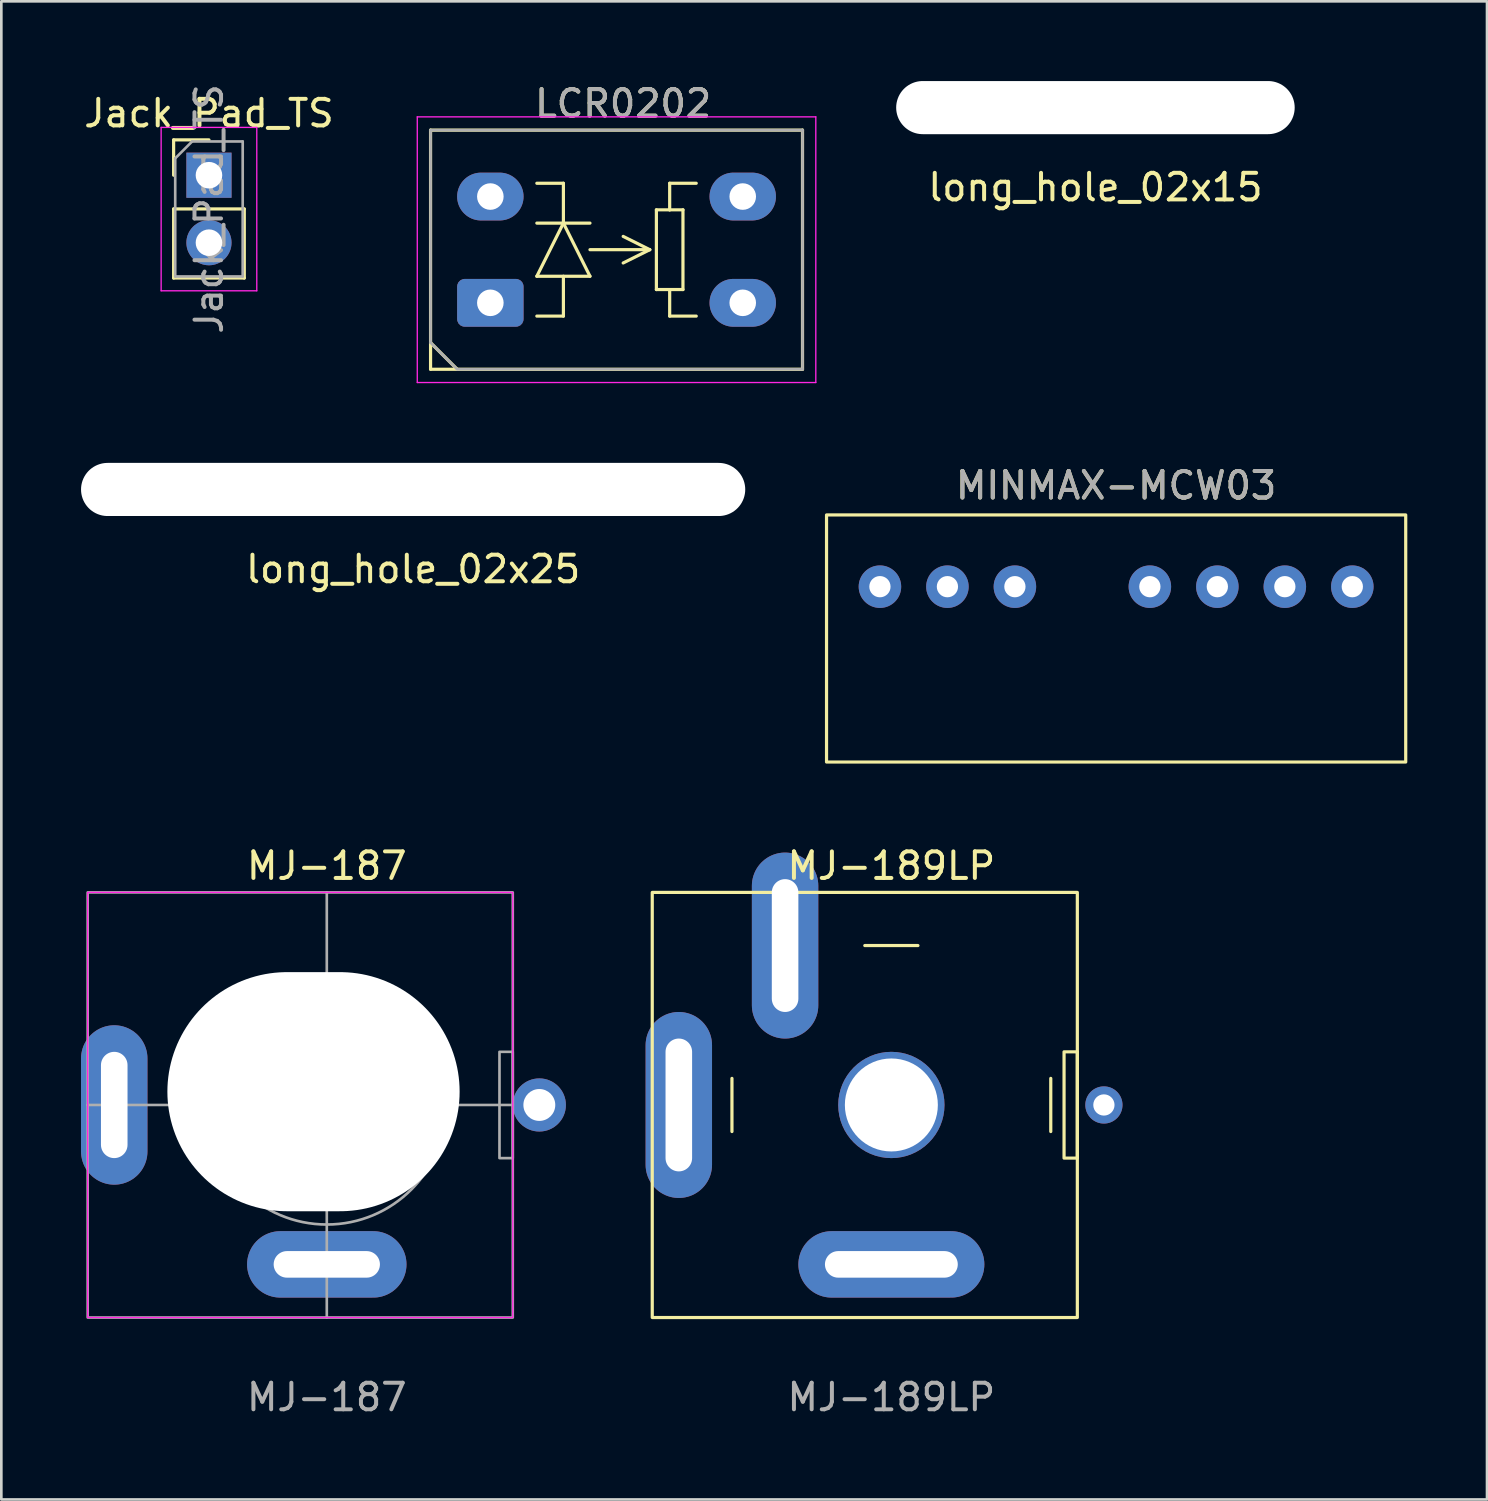
<source format=kicad_pcb>
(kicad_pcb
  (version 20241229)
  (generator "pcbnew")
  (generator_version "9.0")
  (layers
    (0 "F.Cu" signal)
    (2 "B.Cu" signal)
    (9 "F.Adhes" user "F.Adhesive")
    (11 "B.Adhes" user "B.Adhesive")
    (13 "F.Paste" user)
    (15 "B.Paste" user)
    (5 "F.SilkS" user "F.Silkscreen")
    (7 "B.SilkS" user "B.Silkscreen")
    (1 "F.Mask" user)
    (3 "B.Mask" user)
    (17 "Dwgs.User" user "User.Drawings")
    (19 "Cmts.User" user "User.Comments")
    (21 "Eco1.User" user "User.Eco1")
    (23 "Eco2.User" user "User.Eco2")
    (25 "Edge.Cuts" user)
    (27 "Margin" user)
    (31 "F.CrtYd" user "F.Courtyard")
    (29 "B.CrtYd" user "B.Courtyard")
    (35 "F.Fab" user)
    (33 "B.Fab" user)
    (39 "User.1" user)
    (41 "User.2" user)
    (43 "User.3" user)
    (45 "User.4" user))
  (footprint "MJ-187"
    (layer "F.Cu")
    (at 9.25 38.54)
    (property "Reference" "MJ-187" (at 0 -9 0) (unlocked yes) (layer "F.SilkS") (effects (font (size 1 1) (thickness 0.15))))
    (attr through_hole)
    (fp_rect (start -9 -8) (end 7 8) (stroke (width 0.05) (type solid)) (fill no) (layer "F.CrtYd"))
    (fp_line (start -4 -2) (end -4 2) (stroke (width 0.1) (type solid)) (layer "F.Fab"))
    (fp_line (start 0 -8) (end 0 8) (stroke (width 0.1) (type solid)) (layer "F.Fab"))
    (fp_line (start 7 0) (end -9 0) (stroke (width 0.1) (type solid)) (layer "F.Fab"))
    (fp_rect (start -9 -8) (end 7 8) (stroke (width 0.1) (type solid)) (fill no) (layer "F.Fab"))
    (fp_rect (start 7 -2) (end 6.5 2) (stroke (width 0.1) (type solid)) (fill no) (layer "F.Fab"))
    (fp_circle (center 0 0) (end 3.2 0) (stroke (width 0.1) (type solid)) (fill no) (layer "F.Fab"))
    (fp_circle (center 0 0) (end 4.5 0) (stroke (width 0.1) (type solid)) (fill no) (layer "F.Fab"))
    (fp_text user "${REFERENCE}" (at 0 11 0) (unlocked yes) (layer "F.Fab") (effects (font (size 1 1) (thickness 0.15))))
    (pad "" np_thru_hole oval (at -0.5 -0.5) (size 11 9) (drill oval 11 9) (layers "*.Cu" "*.Mask"))
    (pad "R" thru_hole oval (at 0 6) (size 6 2.5) (drill oval 4 1) (layers "*.Cu" "*.Mask"))
    (pad "S" thru_hole circle (at 8 0) (size 2 2) (drill 1.2) (layers "*.Cu" "*.Mask"))
    (pad "T" thru_hole oval (at -8 0) (size 2.5 6) (drill oval 1 4) (layers "*.Cu" "*.Mask")))
  (footprint "long_hole_02x25"
    (layer "F.Cu")
    (at 12.5 15.373)
    (property "Reference" "long_hole_02x25" (at 0 3 0) (layer "F.SilkS") (effects (font (size 1 1) (thickness 0.15))))
    (attr through_hole)
    (pad "" np_thru_hole oval (at 0 0) (size 25 2) (drill oval 25 2) (layers "*.Cu" "*.Mask")))
  (footprint "Jack_Pad_TS"
    (layer "F.Cu")
    (at 4.815 3.545)
    (property "Reference" "Jack_Pad_TS" (at 0 -2.33 0) (layer "F.SilkS") (effects (font (size 1 1) (thickness 0.15))))
    (attr through_hole)
    (fp_line (start -1.33 -1.33) (end 0 -1.33) (stroke (width 0.12) (type solid)) (layer "F.SilkS"))
    (fp_line (start -1.33 0) (end -1.33 -1.33) (stroke (width 0.12) (type solid)) (layer "F.SilkS"))
    (fp_line (start -1.33 1.27) (end -1.33 3.87) (stroke (width 0.12) (type solid)) (layer "F.SilkS"))
    (fp_line (start -1.33 1.27) (end 1.33 1.27) (stroke (width 0.12) (type solid)) (layer "F.SilkS"))
    (fp_line (start -1.33 3.87) (end 1.33 3.87) (stroke (width 0.12) (type solid)) (layer "F.SilkS"))
    (fp_line (start 1.33 1.27) (end 1.33 3.87) (stroke (width 0.12) (type solid)) (layer "F.SilkS"))
    (fp_line (start -1.8 -1.8) (end -1.8 4.35) (stroke (width 0.05) (type solid)) (layer "F.CrtYd"))
    (fp_line (start -1.8 4.35) (end 1.8 4.35) (stroke (width 0.05) (type solid)) (layer "F.CrtYd"))
    (fp_line (start 1.8 -1.8) (end -1.8 -1.8) (stroke (width 0.05) (type solid)) (layer "F.CrtYd"))
    (fp_line (start 1.8 4.35) (end 1.8 -1.8) (stroke (width 0.05) (type solid)) (layer "F.CrtYd"))
    (fp_line (start -1.27 -0.635) (end -0.635 -1.27) (stroke (width 0.1) (type solid)) (layer "F.Fab"))
    (fp_line (start -1.27 3.81) (end -1.27 -0.635) (stroke (width 0.1) (type solid)) (layer "F.Fab"))
    (fp_line (start -0.635 -1.27) (end 1.27 -1.27) (stroke (width 0.1) (type solid)) (layer "F.Fab"))
    (fp_line (start 1.27 -1.27) (end 1.27 3.81) (stroke (width 0.1) (type solid)) (layer "F.Fab"))
    (fp_line (start 1.27 3.81) (end -1.27 3.81) (stroke (width 0.1) (type solid)) (layer "F.Fab"))
    (fp_text user "${REFERENCE}" (at 0 1.27 90) (layer "F.Fab") (effects (font (size 1 1) (thickness 0.15))))
    (pad "S" thru_hole rect (at 0 0) (size 1.7 1.7) (drill 1) (layers "*.Cu" "*.Mask"))
    (pad "T" thru_hole oval (at 0 2.54) (size 1.7 1.7) (drill 1) (layers "*.Cu" "*.Mask")))
  (footprint "long_hole_02x15"
    (layer "F.Cu")
    (at 38.181 1)
    (property "Reference" "long_hole_02x15" (at 0 3 0) (layer "F.SilkS") (effects (font (size 1 1) (thickness 0.15))))
    (attr through_hole)
    (pad "" np_thru_hole oval (at 0 0) (size 15 2) (drill oval 15 2) (layers "*.Cu" "*.Mask")))
  (footprint "MINMAX-MCW03"
    (layer "F.Cu")
    (at 38.96 19.032)
    (property "Reference" "MINMAX-MCW03" (at 0 -3.81 0) (unlocked yes) (layer "F.SilkS") (effects (font (size 1 1) (thickness 0.15))))
    (attr smd)
    (fp_rect (start -10.9 -2.7) (end 10.9 6.6) (stroke (width 0.12) (type solid)) (fill no) (layer "F.SilkS"))
    (fp_text user "${REFERENCE}" (at 0 -3.81 0) (unlocked yes) (layer "F.Fab") (effects (font (size 1 1) (thickness 0.15))))
    (pad "1" thru_hole circle (at -8.89 0) (size 1.6 1.6) (drill 0.8) (layers "*.Cu" "*.Mask"))
    (pad "2" thru_hole circle (at -6.35 0) (size 1.6 1.6) (drill 0.8) (layers "*.Cu" "*.Mask"))
    (pad "3" thru_hole circle (at -3.81 0) (size 1.6 1.6) (drill 0.8) (layers "*.Cu" "*.Mask"))
    (pad "5" thru_hole circle (at 1.27 0) (size 1.6 1.6) (drill 0.8) (layers "*.Cu" "*.Mask"))
    (pad "6" thru_hole circle (at 3.81 0) (size 1.6 1.6) (drill 0.8) (layers "*.Cu" "*.Mask"))
    (pad "7" thru_hole circle (at 6.35 0) (size 1.6 1.6) (drill 0.8) (layers "*.Cu" "*.Mask"))
    (pad "8" thru_hole circle (at 8.89 0) (size 1.6 1.6) (drill 0.8) (layers "*.Cu" "*.Mask")))
  (footprint "MJ-189LP"
    (layer "F.Cu")
    (at 30.5 38.54)
    (property "Reference" "MJ-189LP" (at 0 -9 0) (unlocked yes) (layer "F.SilkS") (effects (font (size 1 1) (thickness 0.15))))
    (attr through_hole)
    (fp_line (start -6 -1) (end -6 1) (stroke (width 0.12) (type solid)) (layer "F.SilkS"))
    (fp_line (start -1 -6) (end 1 -6) (stroke (width 0.12) (type solid)) (layer "F.SilkS"))
    (fp_line (start 6 -1) (end 6 1) (stroke (width 0.12) (type solid)) (layer "F.SilkS"))
    (fp_rect (start -9 8) (end 7 -8) (stroke (width 0.12) (type solid)) (fill no) (layer "F.SilkS"))
    (fp_rect (start 7 -2) (end 6.5 2) (stroke (width 0.12) (type solid)) (fill no) (layer "F.SilkS"))
    (fp_text user "${REFERENCE}" (at 0 11 0) (unlocked yes) (layer "F.Fab") (effects (font (size 1 1) (thickness 0.15))))
    (pad "" np_thru_hole circle (at 0 0) (size 4 4) (drill 3.5) (layers "*.Cu" "*.Mask"))
    (pad "R" thru_hole oval (at 0 6) (size 7 2.5) (drill oval 5 1) (layers "*.Cu" "*.Mask"))
    (pad "S" thru_hole circle (at 8 0) (size 1.4 1.4) (drill 0.8) (layers "*.Cu" "*.Mask"))
    (pad "T" thru_hole oval (at -8 0) (size 2.5 7) (drill oval 1 5) (layers "*.Cu" "*.Mask"))
    (pad "TN" thru_hole oval (at -4 -6) (size 2.5 7) (drill oval 1 5) (layers "*.Cu" "*.Mask")))
  (footprint "LCR0202"
    (layer "F.Cu")
    (at 15.406 8.348)
    (property "Reference" "LCR0202" (at 5 -7.5 180) (layer "F.SilkS") (effects (font (size 1 1) (thickness 0.15))))
    (attr through_hole)
    (fp_line (start -2.25 -6.5) (end 11.75 -6.5) (stroke (width 0.12) (type solid)) (layer "F.SilkS"))
    (fp_line (start -2.25 1.5) (end -1.25 2.5) (stroke (width 0.12) (type solid)) (layer "F.SilkS"))
    (fp_line (start -2.25 2.5) (end -2.25 -6.5) (stroke (width 0.12) (type solid)) (layer "F.SilkS"))
    (fp_line (start 1.75 -4.5) (end 2.75 -4.5) (stroke (width 0.12) (type solid)) (layer "F.SilkS"))
    (fp_line (start 1.75 -3) (end 3.75 -3) (stroke (width 0.12) (type solid)) (layer "F.SilkS"))
    (fp_line (start 1.75 -1) (end 3.75 -1) (stroke (width 0.12) (type solid)) (layer "F.SilkS"))
    (fp_line (start 1.75 0.5) (end 2.75 0.5) (stroke (width 0.12) (type solid)) (layer "F.SilkS"))
    (fp_line (start 2.75 -4.5) (end 2.75 -3) (stroke (width 0.12) (type solid)) (layer "F.SilkS"))
    (fp_line (start 2.75 -3) (end 1.75 -1) (stroke (width 0.12) (type solid)) (layer "F.SilkS"))
    (fp_line (start 2.75 -3) (end 3.75 -1) (stroke (width 0.12) (type solid)) (layer "F.SilkS"))
    (fp_line (start 2.75 0.5) (end 2.75 -1) (stroke (width 0.12) (type solid)) (layer "F.SilkS"))
    (fp_line (start 3.75 -2) (end 6 -2) (stroke (width 0.12) (type solid)) (layer "F.SilkS"))
    (fp_line (start 6 -2) (end 5 -2.5) (stroke (width 0.12) (type solid)) (layer "F.SilkS"))
    (fp_line (start 6 -2) (end 5 -1.5) (stroke (width 0.12) (type solid)) (layer "F.SilkS"))
    (fp_line (start 6.25 -3.5) (end 6.25 -0.5) (stroke (width 0.12) (type solid)) (layer "F.SilkS"))
    (fp_line (start 6.25 -0.5) (end 7.25 -0.5) (stroke (width 0.12) (type solid)) (layer "F.SilkS"))
    (fp_line (start 6.75 -4.5) (end 6.75 -3.5) (stroke (width 0.12) (type solid)) (layer "F.SilkS"))
    (fp_line (start 6.75 -3.5) (end 6.25 -3.5) (stroke (width 0.12) (type solid)) (layer "F.SilkS"))
    (fp_line (start 6.75 -0.5) (end 6.75 0.5) (stroke (width 0.12) (type solid)) (layer "F.SilkS"))
    (fp_line (start 6.75 0.5) (end 7.75 0.5) (stroke (width 0.12) (type solid)) (layer "F.SilkS"))
    (fp_line (start 7.25 -3.5) (end 6.75 -3.5) (stroke (width 0.12) (type solid)) (layer "F.SilkS"))
    (fp_line (start 7.25 -0.5) (end 7.25 -3.5) (stroke (width 0.12) (type solid)) (layer "F.SilkS"))
    (fp_line (start 7.75 -4.5) (end 6.75 -4.5) (stroke (width 0.12) (type solid)) (layer "F.SilkS"))
    (fp_line (start 11.75 -6.5) (end 11.75 2.5) (stroke (width 0.12) (type solid)) (layer "F.SilkS"))
    (fp_line (start 11.75 2.5) (end -2.25 2.5) (stroke (width 0.12) (type solid)) (layer "F.SilkS"))
    (fp_line (start -2.75 -7) (end -2.75 3) (stroke (width 0.05) (type solid)) (layer "F.CrtYd"))
    (fp_line (start -2.75 -7) (end 12.25 -7) (stroke (width 0.05) (type solid)) (layer "F.CrtYd"))
    (fp_line (start 12.25 3) (end -2.75 3) (stroke (width 0.05) (type solid)) (layer "F.CrtYd"))
    (fp_line (start 12.25 3) (end 12.25 -7) (stroke (width 0.05) (type solid)) (layer "F.CrtYd"))
    (fp_line (start -2.25 -6.5) (end 11.75 -6.5) (stroke (width 0.1) (type solid)) (layer "F.Fab"))
    (fp_line (start -2.25 1.5) (end -2.25 -6.5) (stroke (width 0.1) (type solid)) (layer "F.Fab"))
    (fp_line (start -1.25 2.5) (end -2.25 1.5) (stroke (width 0.1) (type solid)) (layer "F.Fab"))
    (fp_line (start 11.75 -6.5) (end 11.75 2.5) (stroke (width 0.1) (type solid)) (layer "F.Fab"))
    (fp_line (start 11.75 2.5) (end -1.25 2.5) (stroke (width 0.1) (type solid)) (layer "F.Fab"))
    (fp_text user "${REFERENCE}" (at 5 -7.5 0) (layer "F.Fab") (effects (font (size 1 1) (thickness 0.15))))
    (pad "1" thru_hole oval (at 0 -4) (size 2.5 1.8) (drill 1) (layers "*.Cu" "*.Mask"))
    (pad "2" thru_hole roundrect (at 0 0) (size 2.5 1.8) (drill 1) (layers "*.Cu" "*.Mask") (roundrect_rratio 0.159))
    (pad "3" thru_hole oval (at 9.5 -4) (size 2.5 1.8) (drill 1) (layers "*.Cu" "*.Mask"))
    (pad "4" thru_hole oval (at 9.5 0) (size 2.5 1.8) (drill 1) (layers "*.Cu" "*.Mask")))
  (gr_rect
    (start -3 -3)
    (end 52.92 53.388)
    (stroke (width 0.1) (type default))
    (fill no)
    (layer "Edge.Cuts")))
</source>
